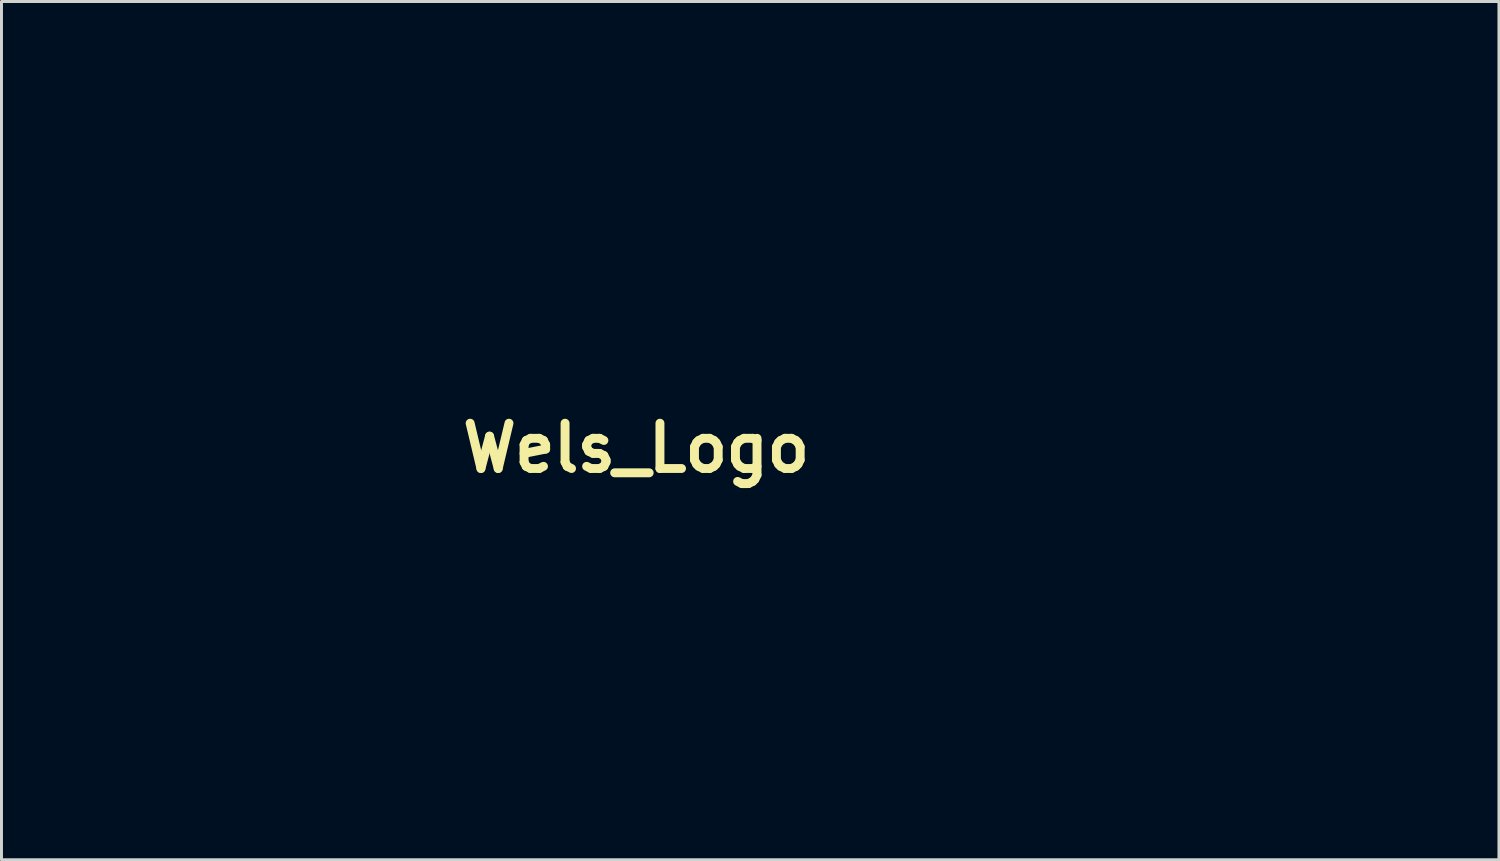
<source format=kicad_pcb>
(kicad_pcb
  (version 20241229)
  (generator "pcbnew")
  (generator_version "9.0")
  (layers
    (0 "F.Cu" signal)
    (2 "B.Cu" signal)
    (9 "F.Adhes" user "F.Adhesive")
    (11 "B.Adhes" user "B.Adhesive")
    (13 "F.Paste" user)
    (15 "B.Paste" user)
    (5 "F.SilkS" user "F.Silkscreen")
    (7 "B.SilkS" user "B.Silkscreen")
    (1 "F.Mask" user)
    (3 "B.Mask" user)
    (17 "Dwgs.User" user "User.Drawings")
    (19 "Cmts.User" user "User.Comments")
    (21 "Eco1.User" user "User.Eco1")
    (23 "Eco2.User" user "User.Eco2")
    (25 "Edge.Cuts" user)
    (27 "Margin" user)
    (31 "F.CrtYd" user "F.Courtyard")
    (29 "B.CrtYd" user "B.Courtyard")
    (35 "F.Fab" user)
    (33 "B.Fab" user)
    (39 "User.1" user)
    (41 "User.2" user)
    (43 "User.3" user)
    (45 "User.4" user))
  (footprint "Wels_Logo"
    (layer "F.Cu")
    (at 18.357 12.024)
    (property "Reference" "Wels_Logo" (at 0 0 0) (layer "F.SilkS") (effects (font (size 1.524 1.524) (thickness 0.3))))
    (attr through_hole)
    (fp_poly (pts (xy 19.438 -11.995) (xy 19.788 -11.865) (xy 20.231 -11.661) (xy 20.706 -11.413) (xy 21.152 -11.151) (xy 21.508 -10.906) (xy 21.569 -10.857) (xy 21.968 -10.521) (xy 21.389 -9.809) (xy 20.901 -9.172) (xy 20.34 -8.376) (xy 19.75 -7.488) (xy 19.173 -6.576) (xy 18.653 -5.706) (xy 18.306 -5.08) (xy 17.635 -3.735) (xy 16.985 -2.272) (xy 16.365 -0.73) (xy 15.788 0.857) (xy 15.265 2.45) (xy 14.806 4.012) (xy 14.424 5.508) (xy 14.129 6.901) (xy 13.933 8.153) (xy 13.847 9.228) (xy 13.844 9.43) (xy 13.818 9.875) (xy 13.728 10.11) (xy 13.553 10.135) (xy 13.272 9.952) (xy 12.864 9.563) (xy 12.811 9.509) (xy 12.475 9.144) (xy 12.2 8.817) (xy 12.045 8.599) (xy 11.946 8.272) (xy 11.877 7.762) (xy 11.84 7.14) (xy 11.839 6.477) (xy 11.876 5.841) (xy 11.937 5.38) (xy 12.172 4.297) (xy 12.512 3.031) (xy 12.939 1.621) (xy 13.441 0.109) (xy 14.001 -1.465) (xy 14.606 -3.059) (xy 15.241 -4.634) (xy 15.89 -6.147) (xy 16.539 -7.559) (xy 16.846 -8.189) (xy 17.226 -8.921) (xy 17.63 -9.652) (xy 18.037 -10.346) (xy 18.424 -10.967) (xy 18.766 -11.476) (xy 19.042 -11.837) (xy 19.227 -12.013) (xy 19.241 -12.019) (xy 19.438 -11.995)) (stroke (width 0.01) (type solid)) (fill no) (layer "Eco2.User"))
    (fp_poly (pts (xy 9.139 -3.056) (xy 9.792 -2.697) (xy 10.192 -2.345) (xy 10.447 -2.061) (xy 10.597 -1.796) (xy 10.651 -1.486) (xy 10.619 -1.069) (xy 10.51 -0.481) (xy 10.485 -0.366) (xy 10.158 0.726) (xy 9.656 1.71) (xy 8.962 2.601) (xy 8.063 3.414) (xy 6.943 4.166) (xy 5.588 4.872) (xy 5.4 4.959) (xy 4.892 5.204) (xy 4.476 5.433) (xy 4.204 5.615) (xy 4.127 5.698) (xy 4.087 6.027) (xy 4.128 6.493) (xy 4.234 6.998) (xy 4.385 7.446) (xy 4.496 7.655) (xy 4.853 7.98) (xy 5.339 8.104) (xy 5.935 8.034) (xy 6.621 7.778) (xy 7.381 7.34) (xy 8.194 6.729) (xy 8.873 6.116) (xy 9.244 5.767) (xy 9.549 5.498) (xy 9.741 5.35) (xy 9.778 5.334) (xy 9.93 5.42) (xy 10.036 5.528) (xy 10.077 5.628) (xy 10.034 5.769) (xy 9.886 5.979) (xy 9.611 6.287) (xy 9.184 6.724) (xy 8.877 7.03) (xy 8.269 7.616) (xy 7.774 8.053) (xy 7.337 8.381) (xy 6.904 8.643) (xy 6.604 8.796) (xy 6.029 9.067) (xy 5.615 9.235) (xy 5.296 9.313) (xy 5.004 9.315) (xy 4.674 9.252) (xy 4.479 9.201) (xy 3.556 8.836) (xy 2.802 8.29) (xy 2.23 7.582) (xy 1.853 6.731) (xy 1.684 5.755) (xy 1.694 5.016) (xy 1.767 4.586) (xy 4.334 4.586) (xy 4.929 4.243) (xy 5.406 3.951) (xy 5.913 3.616) (xy 6.098 3.485) (xy 6.693 2.998) (xy 7.295 2.409) (xy 7.841 1.786) (xy 8.27 1.198) (xy 8.428 0.923) (xy 8.61 0.514) (xy 8.776 0.053) (xy 8.907 -0.391) (xy 8.983 -0.75) (xy 8.985 -0.957) (xy 8.974 -0.974) (xy 8.807 -0.981) (xy 8.489 -0.879) (xy 8.082 -0.696) (xy 7.649 -0.46) (xy 7.255 -0.202) (xy 6.642 0.349) (xy 6.025 1.085) (xy 5.447 1.939) (xy 4.95 2.844) (xy 4.577 3.736) (xy 4.464 4.103) (xy 4.334 4.586) (xy 1.767 4.586) (xy 1.91 3.733) (xy 2.327 2.447) (xy 2.916 1.201) (xy 3.654 0.033) (xy 4.511 -1.015) (xy 5.464 -1.904) (xy 6.484 -2.593) (xy 6.78 -2.745) (xy 7.654 -3.078) (xy 8.433 -3.182) (xy 9.139 -3.056)) (stroke (width 0.01) (type solid)) (fill no) (layer "Eco2.User"))
    (fp_poly (pts (xy 23.498 -4.229) (xy 23.851 -3.993) (xy 24.277 -3.649) (xy 24.728 -3.237) (xy 25.158 -2.799) (xy 25.518 -2.376) (xy 25.543 -2.343) (xy 25.822 -1.958) (xy 25.972 -1.68) (xy 26.023 -1.422) (xy 26.004 -1.095) (xy 25.995 -1.013) (xy 25.871 -0.387) (xy 25.666 0.204) (xy 25.407 0.708) (xy 25.121 1.077) (xy 24.836 1.259) (xy 24.756 1.27) (xy 24.526 1.185) (xy 24.477 0.928) (xy 24.601 0.508) (xy 24.75 -0.013) (xy 24.776 -0.508) (xy 24.677 -0.89) (xy 24.625 -0.968) (xy 24.372 -1.097) (xy 24.002 -1.095) (xy 23.61 -0.975) (xy 23.339 -0.799) (xy 22.941 -0.284) (xy 22.631 0.464) (xy 22.408 1.446) (xy 22.272 2.665) (xy 22.27 2.699) (xy 22.187 3.937) (xy 23.095 3.937) (xy 23.571 3.945) (xy 23.846 3.977) (xy 23.973 4.047) (xy 24.003 4.167) (xy 24.003 4.168) (xy 23.939 4.315) (xy 23.72 4.45) (xy 23.303 4.598) (xy 23.146 4.644) (xy 22.288 4.89) (xy 22.218 6.287) (xy 22.138 7.211) (xy 21.989 7.948) (xy 21.747 8.558) (xy 21.389 9.105) (xy 20.995 9.547) (xy 20.402 10.043) (xy 19.719 10.437) (xy 19.005 10.712) (xy 18.317 10.847) (xy 17.712 10.824) (xy 17.453 10.743) (xy 16.978 10.463) (xy 16.494 10.061) (xy 16.091 9.623) (xy 15.917 9.356) (xy 15.777 8.827) (xy 15.777 8.827) (xy 17.527 8.827) (xy 17.594 9.258) (xy 17.723 9.496) (xy 17.92 9.777) (xy 18.393 9.536) (xy 18.73 9.314) (xy 19.135 8.976) (xy 19.475 8.644) (xy 20.023 7.943) (xy 20.456 7.16) (xy 20.733 6.378) (xy 20.799 6.014) (xy 20.82 5.659) (xy 20.769 5.494) (xy 20.668 5.461) (xy 20.421 5.541) (xy 20.047 5.752) (xy 19.606 6.051) (xy 19.157 6.397) (xy 18.758 6.747) (xy 18.493 7.027) (xy 17.969 7.735) (xy 17.649 8.327) (xy 17.527 8.827) (xy 15.777 8.827) (xy 15.818 8.187) (xy 16.023 7.483) (xy 16.377 6.763) (xy 16.863 6.075) (xy 17.164 5.744) (xy 18.054 5.025) (xy 19.07 4.525) (xy 19.989 4.283) (xy 20.823 4.14) (xy 20.748 3.626) (xy 20.69 3.287) (xy 20.591 2.777) (xy 20.466 2.175) (xy 20.37 1.729) (xy 20.186 0.81) (xy 20.087 0.074) (xy 20.075 -0.535) (xy 20.154 -1.071) (xy 20.326 -1.593) (xy 20.517 -2.011) (xy 20.879 -2.631) (xy 21.283 -3.159) (xy 21.501 -3.377) (xy 21.973 -3.735) (xy 22.478 -4.038) (xy 22.942 -4.245) (xy 23.266 -4.315) (xy 23.498 -4.229)) (stroke (width 0.01) (type solid)) (fill no) (layer "Eco2.User"))
    (fp_poly (pts (xy -17.018 -9.739) (xy -16.654 -9.632) (xy -16.178 -9.477) (xy -15.917 -9.387) (xy -15.231 -9.128) (xy -14.629 -8.865) (xy -14.149 -8.617) (xy -13.831 -8.406) (xy -13.716 -8.252) (xy -13.716 -8.252) (xy -13.75 -8.083) (xy -13.839 -7.733) (xy -13.969 -7.264) (xy -14.04 -7.019) (xy -14.333 -5.859) (xy -14.605 -4.466) (xy -14.854 -2.863) (xy -15.056 -1.244) (xy -15.108 -0.693) (xy -15.156 0.008) (xy -15.202 0.824) (xy -15.243 1.722) (xy -15.28 2.669) (xy -15.31 3.631) (xy -15.334 4.575) (xy -15.351 5.469) (xy -15.359 6.277) (xy -15.358 6.968) (xy -15.347 7.507) (xy -15.325 7.862) (xy -15.291 7.999) (xy -15.289 7.999) (xy -15.148 7.882) (xy -14.929 7.548) (xy -14.64 7.018) (xy -14.292 6.313) (xy -13.892 5.454) (xy -13.451 4.463) (xy -12.978 3.36) (xy -12.482 2.167) (xy -11.973 0.905) (xy -11.46 -0.405) (xy -10.952 -1.743) (xy -10.891 -1.905) (xy -10.603 -2.694) (xy -10.286 -3.584) (xy -9.956 -4.533) (xy -9.625 -5.497) (xy -9.31 -6.433) (xy -9.025 -7.298) (xy -8.783 -8.049) (xy -8.601 -8.642) (xy -8.5 -9) (xy -8.379 -9.386) (xy -8.251 -9.659) (xy -8.177 -9.739) (xy -7.95 -9.737) (xy -7.561 -9.645) (xy -7.06 -9.486) (xy -6.499 -9.279) (xy -5.928 -9.046) (xy -5.399 -8.807) (xy -4.963 -8.583) (xy -4.67 -8.394) (xy -4.572 -8.27) (xy -4.611 -8.104) (xy -4.711 -7.775) (xy -4.826 -7.43) (xy -4.997 -6.845) (xy -5.182 -6.061) (xy -5.371 -5.131) (xy -5.554 -4.108) (xy -5.721 -3.046) (xy -5.863 -1.999) (xy -5.903 -1.651) (xy -5.984 -0.843) (xy -6.06 0.085) (xy -6.129 1.093) (xy -6.189 2.138) (xy -6.239 3.18) (xy -6.277 4.177) (xy -6.301 5.089) (xy -6.309 5.874) (xy -6.3 6.491) (xy -6.272 6.899) (xy -6.269 6.919) (xy -6.159 7.678) (xy -5.79 6.728) (xy -5.245 5.361) (xy -4.62 3.863) (xy -3.937 2.281) (xy -3.217 0.662) (xy -2.482 -0.95) (xy -1.751 -2.507) (xy -1.047 -3.963) (xy -0.39 -5.273) (xy 0.184 -6.362) (xy 0.701 -7.304) (xy 1.12 -8.04) (xy 1.454 -8.592) (xy 1.718 -8.981) (xy 1.927 -9.23) (xy 2.095 -9.36) (xy 2.223 -9.393) (xy 2.589 -9.317) (xy 3.062 -9.118) (xy 3.552 -8.84) (xy 3.91 -8.577) (xy 4.327 -8.225) (xy 3.745 -7.637) (xy 3.21 -7.024) (xy 2.601 -6.195) (xy 1.927 -5.172) (xy 1.201 -3.977) (xy 0.434 -2.632) (xy -0.36 -1.159) (xy -1.171 0.42) (xy -1.987 2.081) (xy -2.795 3.804) (xy -3.584 5.567) (xy -4.342 7.346) (xy -4.507 7.747) (xy -5.418 9.97) (xy -5.95 10.157) (xy -6.264 10.252) (xy -6.54 10.278) (xy -6.873 10.233) (xy -7.337 10.121) (xy -7.857 9.957) (xy -8.349 9.755) (xy -8.658 9.589) (xy -8.932 9.381) (xy -9.09 9.158) (xy -9.184 8.828) (xy -9.23 8.545) (xy -9.274 8.06) (xy -9.302 7.363) (xy -9.315 6.494) (xy -9.314 5.494) (xy -9.3 4.404) (xy -9.274 3.265) (xy -9.235 2.118) (xy -9.186 1.003) (xy -9.126 -0.038) (xy -9.058 -0.964) (xy -9.042 -1.143) (xy -8.971 -1.926) (xy -8.912 -2.619) (xy -8.866 -3.183) (xy -8.838 -3.579) (xy -8.829 -3.771) (xy -8.83 -3.783) (xy -8.879 -3.684) (xy -8.992 -3.385) (xy -9.156 -2.929) (xy -9.356 -2.358) (xy -9.433 -2.132) (xy -10.128 -0.154) (xy -10.845 1.784) (xy -11.569 3.639) (xy -12.284 5.374) (xy -12.973 6.947) (xy -13.621 8.318) (xy -13.707 8.492) (xy -14.022 9.111) (xy -14.255 9.541) (xy -14.436 9.822) (xy -14.595 9.992) (xy -14.762 10.09) (xy -14.952 10.153) (xy -15.416 10.253) (xy -15.842 10.263) (xy -16.325 10.177) (xy -16.832 10.03) (xy -17.434 9.778) (xy -17.9 9.465) (xy -17.975 9.394) (xy -18.352 9) (xy -18.348 4.786) (xy -18.345 3.542) (xy -18.336 2.494) (xy -18.317 1.581) (xy -18.287 0.746) (xy -18.242 -0.071) (xy -18.179 -0.929) (xy -18.095 -1.885) (xy -17.987 -3.001) (xy -17.945 -3.429) (xy -17.841 -4.476) (xy -17.741 -5.499) (xy -17.65 -6.455) (xy -17.571 -7.301) (xy -17.509 -7.995) (xy -17.467 -8.493) (xy -17.458 -8.604) (xy -17.401 -9.21) (xy -17.334 -9.587) (xy -17.251 -9.76) (xy -17.205 -9.779) (xy -17.018 -9.739)) (stroke (width 0.01) (type solid)) (fill no) (layer "Eco2.User")))
  (gr_rect
    (start -3 -3)
    (end 47.384 25.877)
    (stroke (width 0.1) (type default))
    (fill no)
    (layer "Edge.Cuts")))
</source>
